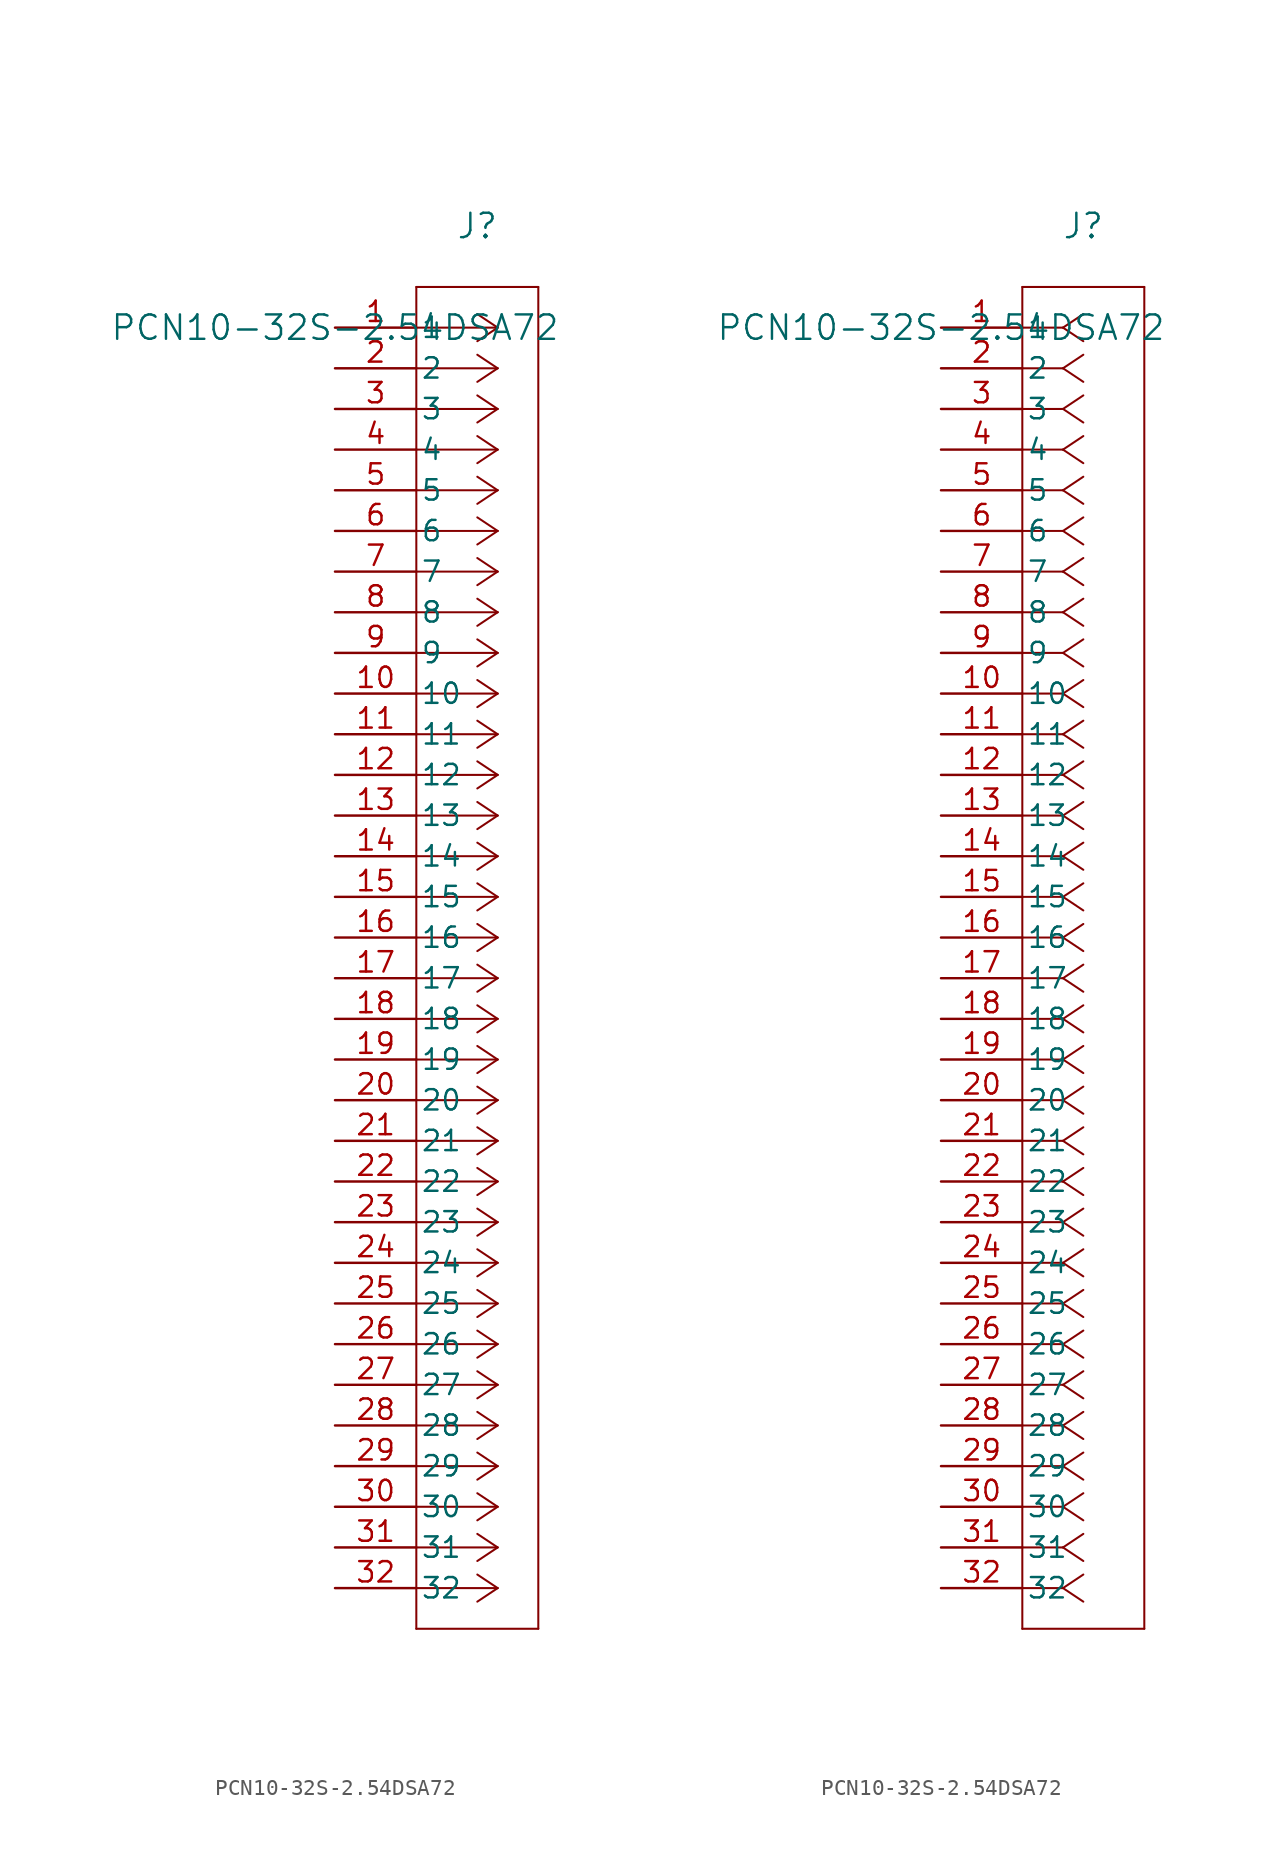
<source format=kicad_sym>
(kicad_symbol_lib
  (version 20211014)
  (generator kicad_symbol_editor)
  (symbol "PCN10-32S-2.54DSA72"
    (pin_names
      (offset 0.254))
    (property "Reference" "J"
      (at 8.89 6.35 0)
      (effects (font (size 1.524 1.524))))
    (property "Value" "PCN10-32S-2.54DSA72"
      (at 0 0 0)
      (effects (font (size 1.524 1.524))))
    (symbol "PCN10-32S-2.54DSA72_1_1"
      (polyline (pts (xy 10.16 0) (xy 5.08 0)) (stroke (width 0.127) (type default) (color 0 0 0 0)) (fill (type none)))
      (polyline (pts (xy 10.16 -2.54) (xy 5.08 -2.54)) (stroke (width 0.127) (type default) (color 0 0 0 0)) (fill (type none)))
      (polyline (pts (xy 10.16 -5.08) (xy 5.08 -5.08)) (stroke (width 0.127) (type default) (color 0 0 0 0)) (fill (type none)))
      (polyline (pts (xy 10.16 -7.62) (xy 5.08 -7.62)) (stroke (width 0.127) (type default) (color 0 0 0 0)) (fill (type none)))
      (polyline (pts (xy 10.16 -10.16) (xy 5.08 -10.16)) (stroke (width 0.127) (type default) (color 0 0 0 0)) (fill (type none)))
      (polyline (pts (xy 10.16 -12.7) (xy 5.08 -12.7)) (stroke (width 0.127) (type default) (color 0 0 0 0)) (fill (type none)))
      (polyline (pts (xy 10.16 -15.24) (xy 5.08 -15.24)) (stroke (width 0.127) (type default) (color 0 0 0 0)) (fill (type none)))
      (polyline (pts (xy 10.16 -17.78) (xy 5.08 -17.78)) (stroke (width 0.127) (type default) (color 0 0 0 0)) (fill (type none)))
      (polyline (pts (xy 10.16 -20.32) (xy 5.08 -20.32)) (stroke (width 0.127) (type default) (color 0 0 0 0)) (fill (type none)))
      (polyline (pts (xy 10.16 -22.86) (xy 5.08 -22.86)) (stroke (width 0.127) (type default) (color 0 0 0 0)) (fill (type none)))
      (polyline (pts (xy 10.16 -25.4) (xy 5.08 -25.4)) (stroke (width 0.127) (type default) (color 0 0 0 0)) (fill (type none)))
      (polyline (pts (xy 10.16 -27.94) (xy 5.08 -27.94)) (stroke (width 0.127) (type default) (color 0 0 0 0)) (fill (type none)))
      (polyline (pts (xy 10.16 -30.48) (xy 5.08 -30.48)) (stroke (width 0.127) (type default) (color 0 0 0 0)) (fill (type none)))
      (polyline (pts (xy 10.16 -33.02) (xy 5.08 -33.02)) (stroke (width 0.127) (type default) (color 0 0 0 0)) (fill (type none)))
      (polyline (pts (xy 10.16 -35.56) (xy 5.08 -35.56)) (stroke (width 0.127) (type default) (color 0 0 0 0)) (fill (type none)))
      (polyline (pts (xy 10.16 -38.1) (xy 5.08 -38.1)) (stroke (width 0.127) (type default) (color 0 0 0 0)) (fill (type none)))
      (polyline (pts (xy 10.16 -40.64) (xy 5.08 -40.64)) (stroke (width 0.127) (type default) (color 0 0 0 0)) (fill (type none)))
      (polyline (pts (xy 10.16 -43.18) (xy 5.08 -43.18)) (stroke (width 0.127) (type default) (color 0 0 0 0)) (fill (type none)))
      (polyline (pts (xy 10.16 -45.72) (xy 5.08 -45.72)) (stroke (width 0.127) (type default) (color 0 0 0 0)) (fill (type none)))
      (polyline (pts (xy 10.16 -48.26) (xy 5.08 -48.26)) (stroke (width 0.127) (type default) (color 0 0 0 0)) (fill (type none)))
      (polyline (pts (xy 10.16 -50.8) (xy 5.08 -50.8)) (stroke (width 0.127) (type default) (color 0 0 0 0)) (fill (type none)))
      (polyline (pts (xy 10.16 -53.34) (xy 5.08 -53.34)) (stroke (width 0.127) (type default) (color 0 0 0 0)) (fill (type none)))
      (polyline (pts (xy 10.16 -55.88) (xy 5.08 -55.88)) (stroke (width 0.127) (type default) (color 0 0 0 0)) (fill (type none)))
      (polyline (pts (xy 10.16 -58.42) (xy 5.08 -58.42)) (stroke (width 0.127) (type default) (color 0 0 0 0)) (fill (type none)))
      (polyline (pts (xy 10.16 -60.96) (xy 5.08 -60.96)) (stroke (width 0.127) (type default) (color 0 0 0 0)) (fill (type none)))
      (polyline (pts (xy 10.16 -63.5) (xy 5.08 -63.5)) (stroke (width 0.127) (type default) (color 0 0 0 0)) (fill (type none)))
      (polyline (pts (xy 10.16 -66.04) (xy 5.08 -66.04)) (stroke (width 0.127) (type default) (color 0 0 0 0)) (fill (type none)))
      (polyline (pts (xy 10.16 -68.58) (xy 5.08 -68.58)) (stroke (width 0.127) (type default) (color 0 0 0 0)) (fill (type none)))
      (polyline (pts (xy 10.16 -71.12) (xy 5.08 -71.12)) (stroke (width 0.127) (type default) (color 0 0 0 0)) (fill (type none)))
      (polyline (pts (xy 10.16 -73.66) (xy 5.08 -73.66)) (stroke (width 0.127) (type default) (color 0 0 0 0)) (fill (type none)))
      (polyline (pts (xy 10.16 -76.2) (xy 5.08 -76.2)) (stroke (width 0.127) (type default) (color 0 0 0 0)) (fill (type none)))
      (polyline (pts (xy 10.16 -78.74) (xy 5.08 -78.74)) (stroke (width 0.127) (type default) (color 0 0 0 0)) (fill (type none)))
      (polyline (pts (xy 10.16 0) (xy 8.89 0.847)) (stroke (width 0.127) (type default) (color 0 0 0 0)) (fill (type none)))
      (polyline (pts (xy 10.16 -2.54) (xy 8.89 -1.693)) (stroke (width 0.127) (type default) (color 0 0 0 0)) (fill (type none)))
      (polyline (pts (xy 10.16 -5.08) (xy 8.89 -4.233)) (stroke (width 0.127) (type default) (color 0 0 0 0)) (fill (type none)))
      (polyline (pts (xy 10.16 -7.62) (xy 8.89 -6.773)) (stroke (width 0.127) (type default) (color 0 0 0 0)) (fill (type none)))
      (polyline (pts (xy 10.16 -10.16) (xy 8.89 -9.313)) (stroke (width 0.127) (type default) (color 0 0 0 0)) (fill (type none)))
      (polyline (pts (xy 10.16 -12.7) (xy 8.89 -11.853)) (stroke (width 0.127) (type default) (color 0 0 0 0)) (fill (type none)))
      (polyline (pts (xy 10.16 -15.24) (xy 8.89 -14.393)) (stroke (width 0.127) (type default) (color 0 0 0 0)) (fill (type none)))
      (polyline (pts (xy 10.16 -17.78) (xy 8.89 -16.933)) (stroke (width 0.127) (type default) (color 0 0 0 0)) (fill (type none)))
      (polyline (pts (xy 10.16 -20.32) (xy 8.89 -19.473)) (stroke (width 0.127) (type default) (color 0 0 0 0)) (fill (type none)))
      (polyline (pts (xy 10.16 -22.86) (xy 8.89 -22.013)) (stroke (width 0.127) (type default) (color 0 0 0 0)) (fill (type none)))
      (polyline (pts (xy 10.16 -25.4) (xy 8.89 -24.553)) (stroke (width 0.127) (type default) (color 0 0 0 0)) (fill (type none)))
      (polyline (pts (xy 10.16 -27.94) (xy 8.89 -27.093)) (stroke (width 0.127) (type default) (color 0 0 0 0)) (fill (type none)))
      (polyline (pts (xy 10.16 -30.48) (xy 8.89 -29.633)) (stroke (width 0.127) (type default) (color 0 0 0 0)) (fill (type none)))
      (polyline (pts (xy 10.16 -33.02) (xy 8.89 -32.173)) (stroke (width 0.127) (type default) (color 0 0 0 0)) (fill (type none)))
      (polyline (pts (xy 10.16 -35.56) (xy 8.89 -34.713)) (stroke (width 0.127) (type default) (color 0 0 0 0)) (fill (type none)))
      (polyline (pts (xy 10.16 -38.1) (xy 8.89 -37.253)) (stroke (width 0.127) (type default) (color 0 0 0 0)) (fill (type none)))
      (polyline (pts (xy 10.16 -40.64) (xy 8.89 -39.793)) (stroke (width 0.127) (type default) (color 0 0 0 0)) (fill (type none)))
      (polyline (pts (xy 10.16 -43.18) (xy 8.89 -42.333)) (stroke (width 0.127) (type default) (color 0 0 0 0)) (fill (type none)))
      (polyline (pts (xy 10.16 -45.72) (xy 8.89 -44.873)) (stroke (width 0.127) (type default) (color 0 0 0 0)) (fill (type none)))
      (polyline (pts (xy 10.16 -48.26) (xy 8.89 -47.413)) (stroke (width 0.127) (type default) (color 0 0 0 0)) (fill (type none)))
      (polyline (pts (xy 10.16 -50.8) (xy 8.89 -49.953)) (stroke (width 0.127) (type default) (color 0 0 0 0)) (fill (type none)))
      (polyline (pts (xy 10.16 -53.34) (xy 8.89 -52.493)) (stroke (width 0.127) (type default) (color 0 0 0 0)) (fill (type none)))
      (polyline (pts (xy 10.16 -55.88) (xy 8.89 -55.033)) (stroke (width 0.127) (type default) (color 0 0 0 0)) (fill (type none)))
      (polyline (pts (xy 10.16 -58.42) (xy 8.89 -57.573)) (stroke (width 0.127) (type default) (color 0 0 0 0)) (fill (type none)))
      (polyline (pts (xy 10.16 -60.96) (xy 8.89 -60.113)) (stroke (width 0.127) (type default) (color 0 0 0 0)) (fill (type none)))
      (polyline (pts (xy 10.16 -63.5) (xy 8.89 -62.653)) (stroke (width 0.127) (type default) (color 0 0 0 0)) (fill (type none)))
      (polyline (pts (xy 10.16 -66.04) (xy 8.89 -65.193)) (stroke (width 0.127) (type default) (color 0 0 0 0)) (fill (type none)))
      (polyline (pts (xy 10.16 -68.58) (xy 8.89 -67.733)) (stroke (width 0.127) (type default) (color 0 0 0 0)) (fill (type none)))
      (polyline (pts (xy 10.16 -71.12) (xy 8.89 -70.273)) (stroke (width 0.127) (type default) (color 0 0 0 0)) (fill (type none)))
      (polyline (pts (xy 10.16 -73.66) (xy 8.89 -72.813)) (stroke (width 0.127) (type default) (color 0 0 0 0)) (fill (type none)))
      (polyline (pts (xy 10.16 -76.2) (xy 8.89 -75.353)) (stroke (width 0.127) (type default) (color 0 0 0 0)) (fill (type none)))
      (polyline (pts (xy 10.16 -78.74) (xy 8.89 -77.893)) (stroke (width 0.127) (type default) (color 0 0 0 0)) (fill (type none)))
      (polyline (pts (xy 10.16 0) (xy 8.89 -0.847)) (stroke (width 0.127) (type default) (color 0 0 0 0)) (fill (type none)))
      (polyline (pts (xy 10.16 -2.54) (xy 8.89 -3.387)) (stroke (width 0.127) (type default) (color 0 0 0 0)) (fill (type none)))
      (polyline (pts (xy 10.16 -5.08) (xy 8.89 -5.927)) (stroke (width 0.127) (type default) (color 0 0 0 0)) (fill (type none)))
      (polyline (pts (xy 10.16 -7.62) (xy 8.89 -8.467)) (stroke (width 0.127) (type default) (color 0 0 0 0)) (fill (type none)))
      (polyline (pts (xy 10.16 -10.16) (xy 8.89 -11.007)) (stroke (width 0.127) (type default) (color 0 0 0 0)) (fill (type none)))
      (polyline (pts (xy 10.16 -12.7) (xy 8.89 -13.547)) (stroke (width 0.127) (type default) (color 0 0 0 0)) (fill (type none)))
      (polyline (pts (xy 10.16 -15.24) (xy 8.89 -16.087)) (stroke (width 0.127) (type default) (color 0 0 0 0)) (fill (type none)))
      (polyline (pts (xy 10.16 -17.78) (xy 8.89 -18.627)) (stroke (width 0.127) (type default) (color 0 0 0 0)) (fill (type none)))
      (polyline (pts (xy 10.16 -20.32) (xy 8.89 -21.167)) (stroke (width 0.127) (type default) (color 0 0 0 0)) (fill (type none)))
      (polyline (pts (xy 10.16 -22.86) (xy 8.89 -23.707)) (stroke (width 0.127) (type default) (color 0 0 0 0)) (fill (type none)))
      (polyline (pts (xy 10.16 -25.4) (xy 8.89 -26.247)) (stroke (width 0.127) (type default) (color 0 0 0 0)) (fill (type none)))
      (polyline (pts (xy 10.16 -27.94) (xy 8.89 -28.787)) (stroke (width 0.127) (type default) (color 0 0 0 0)) (fill (type none)))
      (polyline (pts (xy 10.16 -30.48) (xy 8.89 -31.327)) (stroke (width 0.127) (type default) (color 0 0 0 0)) (fill (type none)))
      (polyline (pts (xy 10.16 -33.02) (xy 8.89 -33.867)) (stroke (width 0.127) (type default) (color 0 0 0 0)) (fill (type none)))
      (polyline (pts (xy 10.16 -35.56) (xy 8.89 -36.407)) (stroke (width 0.127) (type default) (color 0 0 0 0)) (fill (type none)))
      (polyline (pts (xy 10.16 -38.1) (xy 8.89 -38.947)) (stroke (width 0.127) (type default) (color 0 0 0 0)) (fill (type none)))
      (polyline (pts (xy 10.16 -40.64) (xy 8.89 -41.487)) (stroke (width 0.127) (type default) (color 0 0 0 0)) (fill (type none)))
      (polyline (pts (xy 10.16 -43.18) (xy 8.89 -44.027)) (stroke (width 0.127) (type default) (color 0 0 0 0)) (fill (type none)))
      (polyline (pts (xy 10.16 -45.72) (xy 8.89 -46.567)) (stroke (width 0.127) (type default) (color 0 0 0 0)) (fill (type none)))
      (polyline (pts (xy 10.16 -48.26) (xy 8.89 -49.107)) (stroke (width 0.127) (type default) (color 0 0 0 0)) (fill (type none)))
      (polyline (pts (xy 10.16 -50.8) (xy 8.89 -51.647)) (stroke (width 0.127) (type default) (color 0 0 0 0)) (fill (type none)))
      (polyline (pts (xy 10.16 -53.34) (xy 8.89 -54.187)) (stroke (width 0.127) (type default) (color 0 0 0 0)) (fill (type none)))
      (polyline (pts (xy 10.16 -55.88) (xy 8.89 -56.727)) (stroke (width 0.127) (type default) (color 0 0 0 0)) (fill (type none)))
      (polyline (pts (xy 10.16 -58.42) (xy 8.89 -59.267)) (stroke (width 0.127) (type default) (color 0 0 0 0)) (fill (type none)))
      (polyline (pts (xy 10.16 -60.96) (xy 8.89 -61.807)) (stroke (width 0.127) (type default) (color 0 0 0 0)) (fill (type none)))
      (polyline (pts (xy 10.16 -63.5) (xy 8.89 -64.347)) (stroke (width 0.127) (type default) (color 0 0 0 0)) (fill (type none)))
      (polyline (pts (xy 10.16 -66.04) (xy 8.89 -66.887)) (stroke (width 0.127) (type default) (color 0 0 0 0)) (fill (type none)))
      (polyline (pts (xy 10.16 -68.58) (xy 8.89 -69.427)) (stroke (width 0.127) (type default) (color 0 0 0 0)) (fill (type none)))
      (polyline (pts (xy 10.16 -71.12) (xy 8.89 -71.967)) (stroke (width 0.127) (type default) (color 0 0 0 0)) (fill (type none)))
      (polyline (pts (xy 10.16 -73.66) (xy 8.89 -74.507)) (stroke (width 0.127) (type default) (color 0 0 0 0)) (fill (type none)))
      (polyline (pts (xy 10.16 -76.2) (xy 8.89 -77.047)) (stroke (width 0.127) (type default) (color 0 0 0 0)) (fill (type none)))
      (polyline (pts (xy 10.16 -78.74) (xy 8.89 -79.587)) (stroke (width 0.127) (type default) (color 0 0 0 0)) (fill (type none)))
      (polyline (pts (xy 5.08 2.54) (xy 5.08 -81.28)) (stroke (width 0.127) (type default) (color 0 0 0 0)) (fill (type none)))
      (polyline (pts (xy 5.08 -81.28) (xy 12.7 -81.28)) (stroke (width 0.127) (type default) (color 0 0 0 0)) (fill (type none)))
      (polyline (pts (xy 12.7 -81.28) (xy 12.7 2.54)) (stroke (width 0.127) (type default) (color 0 0 0 0)) (fill (type none)))
      (polyline (pts (xy 12.7 2.54) (xy 5.08 2.54)) (stroke (width 0.127) (type default) (color 0 0 0 0)) (fill (type none)))
      (pin unspecified line (at 0 0 0) (length 5.08) (name "1" (effects (font (size 1.27 1.27)))) (number "1" (effects (font (size 1.27 1.27)))))
      (pin unspecified line (at 0 -2.54 0) (length 5.08) (name "2" (effects (font (size 1.27 1.27)))) (number "2" (effects (font (size 1.27 1.27)))))
      (pin unspecified line (at 0 -5.08 0) (length 5.08) (name "3" (effects (font (size 1.27 1.27)))) (number "3" (effects (font (size 1.27 1.27)))))
      (pin unspecified line (at 0 -7.62 0) (length 5.08) (name "4" (effects (font (size 1.27 1.27)))) (number "4" (effects (font (size 1.27 1.27)))))
      (pin unspecified line (at 0 -10.16 0) (length 5.08) (name "5" (effects (font (size 1.27 1.27)))) (number "5" (effects (font (size 1.27 1.27)))))
      (pin unspecified line (at 0 -12.7 0) (length 5.08) (name "6" (effects (font (size 1.27 1.27)))) (number "6" (effects (font (size 1.27 1.27)))))
      (pin unspecified line (at 0 -15.24 0) (length 5.08) (name "7" (effects (font (size 1.27 1.27)))) (number "7" (effects (font (size 1.27 1.27)))))
      (pin unspecified line (at 0 -17.78 0) (length 5.08) (name "8" (effects (font (size 1.27 1.27)))) (number "8" (effects (font (size 1.27 1.27)))))
      (pin unspecified line (at 0 -20.32 0) (length 5.08) (name "9" (effects (font (size 1.27 1.27)))) (number "9" (effects (font (size 1.27 1.27)))))
      (pin unspecified line (at 0 -22.86 0) (length 5.08) (name "10" (effects (font (size 1.27 1.27)))) (number "10" (effects (font (size 1.27 1.27)))))
      (pin unspecified line (at 0 -25.4 0) (length 5.08) (name "11" (effects (font (size 1.27 1.27)))) (number "11" (effects (font (size 1.27 1.27)))))
      (pin unspecified line (at 0 -27.94 0) (length 5.08) (name "12" (effects (font (size 1.27 1.27)))) (number "12" (effects (font (size 1.27 1.27)))))
      (pin unspecified line (at 0 -30.48 0) (length 5.08) (name "13" (effects (font (size 1.27 1.27)))) (number "13" (effects (font (size 1.27 1.27)))))
      (pin unspecified line (at 0 -33.02 0) (length 5.08) (name "14" (effects (font (size 1.27 1.27)))) (number "14" (effects (font (size 1.27 1.27)))))
      (pin unspecified line (at 0 -35.56 0) (length 5.08) (name "15" (effects (font (size 1.27 1.27)))) (number "15" (effects (font (size 1.27 1.27)))))
      (pin unspecified line (at 0 -38.1 0) (length 5.08) (name "16" (effects (font (size 1.27 1.27)))) (number "16" (effects (font (size 1.27 1.27)))))
      (pin unspecified line (at 0 -40.64 0) (length 5.08) (name "17" (effects (font (size 1.27 1.27)))) (number "17" (effects (font (size 1.27 1.27)))))
      (pin unspecified line (at 0 -43.18 0) (length 5.08) (name "18" (effects (font (size 1.27 1.27)))) (number "18" (effects (font (size 1.27 1.27)))))
      (pin unspecified line (at 0 -45.72 0) (length 5.08) (name "19" (effects (font (size 1.27 1.27)))) (number "19" (effects (font (size 1.27 1.27)))))
      (pin unspecified line (at 0 -48.26 0) (length 5.08) (name "20" (effects (font (size 1.27 1.27)))) (number "20" (effects (font (size 1.27 1.27)))))
      (pin unspecified line (at 0 -50.8 0) (length 5.08) (name "21" (effects (font (size 1.27 1.27)))) (number "21" (effects (font (size 1.27 1.27)))))
      (pin unspecified line (at 0 -53.34 0) (length 5.08) (name "22" (effects (font (size 1.27 1.27)))) (number "22" (effects (font (size 1.27 1.27)))))
      (pin unspecified line (at 0 -55.88 0) (length 5.08) (name "23" (effects (font (size 1.27 1.27)))) (number "23" (effects (font (size 1.27 1.27)))))
      (pin unspecified line (at 0 -58.42 0) (length 5.08) (name "24" (effects (font (size 1.27 1.27)))) (number "24" (effects (font (size 1.27 1.27)))))
      (pin unspecified line (at 0 -60.96 0) (length 5.08) (name "25" (effects (font (size 1.27 1.27)))) (number "25" (effects (font (size 1.27 1.27)))))
      (pin unspecified line (at 0 -63.5 0) (length 5.08) (name "26" (effects (font (size 1.27 1.27)))) (number "26" (effects (font (size 1.27 1.27)))))
      (pin unspecified line (at 0 -66.04 0) (length 5.08) (name "27" (effects (font (size 1.27 1.27)))) (number "27" (effects (font (size 1.27 1.27)))))
      (pin unspecified line (at 0 -68.58 0) (length 5.08) (name "28" (effects (font (size 1.27 1.27)))) (number "28" (effects (font (size 1.27 1.27)))))
      (pin unspecified line (at 0 -71.12 0) (length 5.08) (name "29" (effects (font (size 1.27 1.27)))) (number "29" (effects (font (size 1.27 1.27)))))
      (pin unspecified line (at 0 -73.66 0) (length 5.08) (name "30" (effects (font (size 1.27 1.27)))) (number "30" (effects (font (size 1.27 1.27)))))
      (pin unspecified line (at 0 -76.2 0) (length 5.08) (name "31" (effects (font (size 1.27 1.27)))) (number "31" (effects (font (size 1.27 1.27)))))
      (pin unspecified line (at 0 -78.74 0) (length 5.08) (name "32" (effects (font (size 1.27 1.27)))) (number "32" (effects (font (size 1.27 1.27))))))
    (symbol "PCN10-32S-2.54DSA72_1_2"
      (polyline (pts (xy 7.62 0) (xy 5.08 0)) (stroke (width 0.127) (type default) (color 0 0 0 0)) (fill (type none)))
      (polyline (pts (xy 7.62 -2.54) (xy 5.08 -2.54)) (stroke (width 0.127) (type default) (color 0 0 0 0)) (fill (type none)))
      (polyline (pts (xy 7.62 -5.08) (xy 5.08 -5.08)) (stroke (width 0.127) (type default) (color 0 0 0 0)) (fill (type none)))
      (polyline (pts (xy 7.62 -7.62) (xy 5.08 -7.62)) (stroke (width 0.127) (type default) (color 0 0 0 0)) (fill (type none)))
      (polyline (pts (xy 7.62 -10.16) (xy 5.08 -10.16)) (stroke (width 0.127) (type default) (color 0 0 0 0)) (fill (type none)))
      (polyline (pts (xy 7.62 -12.7) (xy 5.08 -12.7)) (stroke (width 0.127) (type default) (color 0 0 0 0)) (fill (type none)))
      (polyline (pts (xy 7.62 -15.24) (xy 5.08 -15.24)) (stroke (width 0.127) (type default) (color 0 0 0 0)) (fill (type none)))
      (polyline (pts (xy 7.62 -17.78) (xy 5.08 -17.78)) (stroke (width 0.127) (type default) (color 0 0 0 0)) (fill (type none)))
      (polyline (pts (xy 7.62 -20.32) (xy 5.08 -20.32)) (stroke (width 0.127) (type default) (color 0 0 0 0)) (fill (type none)))
      (polyline (pts (xy 7.62 -22.86) (xy 5.08 -22.86)) (stroke (width 0.127) (type default) (color 0 0 0 0)) (fill (type none)))
      (polyline (pts (xy 7.62 -25.4) (xy 5.08 -25.4)) (stroke (width 0.127) (type default) (color 0 0 0 0)) (fill (type none)))
      (polyline (pts (xy 7.62 -27.94) (xy 5.08 -27.94)) (stroke (width 0.127) (type default) (color 0 0 0 0)) (fill (type none)))
      (polyline (pts (xy 7.62 -30.48) (xy 5.08 -30.48)) (stroke (width 0.127) (type default) (color 0 0 0 0)) (fill (type none)))
      (polyline (pts (xy 7.62 -33.02) (xy 5.08 -33.02)) (stroke (width 0.127) (type default) (color 0 0 0 0)) (fill (type none)))
      (polyline (pts (xy 7.62 -35.56) (xy 5.08 -35.56)) (stroke (width 0.127) (type default) (color 0 0 0 0)) (fill (type none)))
      (polyline (pts (xy 7.62 -38.1) (xy 5.08 -38.1)) (stroke (width 0.127) (type default) (color 0 0 0 0)) (fill (type none)))
      (polyline (pts (xy 7.62 -40.64) (xy 5.08 -40.64)) (stroke (width 0.127) (type default) (color 0 0 0 0)) (fill (type none)))
      (polyline (pts (xy 7.62 -43.18) (xy 5.08 -43.18)) (stroke (width 0.127) (type default) (color 0 0 0 0)) (fill (type none)))
      (polyline (pts (xy 7.62 -45.72) (xy 5.08 -45.72)) (stroke (width 0.127) (type default) (color 0 0 0 0)) (fill (type none)))
      (polyline (pts (xy 7.62 -48.26) (xy 5.08 -48.26)) (stroke (width 0.127) (type default) (color 0 0 0 0)) (fill (type none)))
      (polyline (pts (xy 7.62 -50.8) (xy 5.08 -50.8)) (stroke (width 0.127) (type default) (color 0 0 0 0)) (fill (type none)))
      (polyline (pts (xy 7.62 -53.34) (xy 5.08 -53.34)) (stroke (width 0.127) (type default) (color 0 0 0 0)) (fill (type none)))
      (polyline (pts (xy 7.62 -55.88) (xy 5.08 -55.88)) (stroke (width 0.127) (type default) (color 0 0 0 0)) (fill (type none)))
      (polyline (pts (xy 7.62 -58.42) (xy 5.08 -58.42)) (stroke (width 0.127) (type default) (color 0 0 0 0)) (fill (type none)))
      (polyline (pts (xy 7.62 -60.96) (xy 5.08 -60.96)) (stroke (width 0.127) (type default) (color 0 0 0 0)) (fill (type none)))
      (polyline (pts (xy 7.62 -63.5) (xy 5.08 -63.5)) (stroke (width 0.127) (type default) (color 0 0 0 0)) (fill (type none)))
      (polyline (pts (xy 7.62 -66.04) (xy 5.08 -66.04)) (stroke (width 0.127) (type default) (color 0 0 0 0)) (fill (type none)))
      (polyline (pts (xy 7.62 -68.58) (xy 5.08 -68.58)) (stroke (width 0.127) (type default) (color 0 0 0 0)) (fill (type none)))
      (polyline (pts (xy 7.62 -71.12) (xy 5.08 -71.12)) (stroke (width 0.127) (type default) (color 0 0 0 0)) (fill (type none)))
      (polyline (pts (xy 7.62 -73.66) (xy 5.08 -73.66)) (stroke (width 0.127) (type default) (color 0 0 0 0)) (fill (type none)))
      (polyline (pts (xy 7.62 -76.2) (xy 5.08 -76.2)) (stroke (width 0.127) (type default) (color 0 0 0 0)) (fill (type none)))
      (polyline (pts (xy 7.62 -78.74) (xy 5.08 -78.74)) (stroke (width 0.127) (type default) (color 0 0 0 0)) (fill (type none)))
      (polyline (pts (xy 7.62 0) (xy 8.89 0.847)) (stroke (width 0.127) (type default) (color 0 0 0 0)) (fill (type none)))
      (polyline (pts (xy 7.62 -2.54) (xy 8.89 -1.693)) (stroke (width 0.127) (type default) (color 0 0 0 0)) (fill (type none)))
      (polyline (pts (xy 7.62 -5.08) (xy 8.89 -4.233)) (stroke (width 0.127) (type default) (color 0 0 0 0)) (fill (type none)))
      (polyline (pts (xy 7.62 -7.62) (xy 8.89 -6.773)) (stroke (width 0.127) (type default) (color 0 0 0 0)) (fill (type none)))
      (polyline (pts (xy 7.62 -10.16) (xy 8.89 -9.313)) (stroke (width 0.127) (type default) (color 0 0 0 0)) (fill (type none)))
      (polyline (pts (xy 7.62 -12.7) (xy 8.89 -11.853)) (stroke (width 0.127) (type default) (color 0 0 0 0)) (fill (type none)))
      (polyline (pts (xy 7.62 -15.24) (xy 8.89 -14.393)) (stroke (width 0.127) (type default) (color 0 0 0 0)) (fill (type none)))
      (polyline (pts (xy 7.62 -17.78) (xy 8.89 -16.933)) (stroke (width 0.127) (type default) (color 0 0 0 0)) (fill (type none)))
      (polyline (pts (xy 7.62 -20.32) (xy 8.89 -19.473)) (stroke (width 0.127) (type default) (color 0 0 0 0)) (fill (type none)))
      (polyline (pts (xy 7.62 -22.86) (xy 8.89 -22.013)) (stroke (width 0.127) (type default) (color 0 0 0 0)) (fill (type none)))
      (polyline (pts (xy 7.62 -25.4) (xy 8.89 -24.553)) (stroke (width 0.127) (type default) (color 0 0 0 0)) (fill (type none)))
      (polyline (pts (xy 7.62 -27.94) (xy 8.89 -27.093)) (stroke (width 0.127) (type default) (color 0 0 0 0)) (fill (type none)))
      (polyline (pts (xy 7.62 -30.48) (xy 8.89 -29.633)) (stroke (width 0.127) (type default) (color 0 0 0 0)) (fill (type none)))
      (polyline (pts (xy 7.62 -33.02) (xy 8.89 -32.173)) (stroke (width 0.127) (type default) (color 0 0 0 0)) (fill (type none)))
      (polyline (pts (xy 7.62 -35.56) (xy 8.89 -34.713)) (stroke (width 0.127) (type default) (color 0 0 0 0)) (fill (type none)))
      (polyline (pts (xy 7.62 -38.1) (xy 8.89 -37.253)) (stroke (width 0.127) (type default) (color 0 0 0 0)) (fill (type none)))
      (polyline (pts (xy 7.62 -40.64) (xy 8.89 -39.793)) (stroke (width 0.127) (type default) (color 0 0 0 0)) (fill (type none)))
      (polyline (pts (xy 7.62 -43.18) (xy 8.89 -42.333)) (stroke (width 0.127) (type default) (color 0 0 0 0)) (fill (type none)))
      (polyline (pts (xy 7.62 -45.72) (xy 8.89 -44.873)) (stroke (width 0.127) (type default) (color 0 0 0 0)) (fill (type none)))
      (polyline (pts (xy 7.62 -48.26) (xy 8.89 -47.413)) (stroke (width 0.127) (type default) (color 0 0 0 0)) (fill (type none)))
      (polyline (pts (xy 7.62 -50.8) (xy 8.89 -49.953)) (stroke (width 0.127) (type default) (color 0 0 0 0)) (fill (type none)))
      (polyline (pts (xy 7.62 -53.34) (xy 8.89 -52.493)) (stroke (width 0.127) (type default) (color 0 0 0 0)) (fill (type none)))
      (polyline (pts (xy 7.62 -55.88) (xy 8.89 -55.033)) (stroke (width 0.127) (type default) (color 0 0 0 0)) (fill (type none)))
      (polyline (pts (xy 7.62 -58.42) (xy 8.89 -57.573)) (stroke (width 0.127) (type default) (color 0 0 0 0)) (fill (type none)))
      (polyline (pts (xy 7.62 -60.96) (xy 8.89 -60.113)) (stroke (width 0.127) (type default) (color 0 0 0 0)) (fill (type none)))
      (polyline (pts (xy 7.62 -63.5) (xy 8.89 -62.653)) (stroke (width 0.127) (type default) (color 0 0 0 0)) (fill (type none)))
      (polyline (pts (xy 7.62 -66.04) (xy 8.89 -65.193)) (stroke (width 0.127) (type default) (color 0 0 0 0)) (fill (type none)))
      (polyline (pts (xy 7.62 -68.58) (xy 8.89 -67.733)) (stroke (width 0.127) (type default) (color 0 0 0 0)) (fill (type none)))
      (polyline (pts (xy 7.62 -71.12) (xy 8.89 -70.273)) (stroke (width 0.127) (type default) (color 0 0 0 0)) (fill (type none)))
      (polyline (pts (xy 7.62 -73.66) (xy 8.89 -72.813)) (stroke (width 0.127) (type default) (color 0 0 0 0)) (fill (type none)))
      (polyline (pts (xy 7.62 -76.2) (xy 8.89 -75.353)) (stroke (width 0.127) (type default) (color 0 0 0 0)) (fill (type none)))
      (polyline (pts (xy 7.62 -78.74) (xy 8.89 -77.893)) (stroke (width 0.127) (type default) (color 0 0 0 0)) (fill (type none)))
      (polyline (pts (xy 7.62 0) (xy 8.89 -0.847)) (stroke (width 0.127) (type default) (color 0 0 0 0)) (fill (type none)))
      (polyline (pts (xy 7.62 -2.54) (xy 8.89 -3.387)) (stroke (width 0.127) (type default) (color 0 0 0 0)) (fill (type none)))
      (polyline (pts (xy 7.62 -5.08) (xy 8.89 -5.927)) (stroke (width 0.127) (type default) (color 0 0 0 0)) (fill (type none)))
      (polyline (pts (xy 7.62 -7.62) (xy 8.89 -8.467)) (stroke (width 0.127) (type default) (color 0 0 0 0)) (fill (type none)))
      (polyline (pts (xy 7.62 -10.16) (xy 8.89 -11.007)) (stroke (width 0.127) (type default) (color 0 0 0 0)) (fill (type none)))
      (polyline (pts (xy 7.62 -12.7) (xy 8.89 -13.547)) (stroke (width 0.127) (type default) (color 0 0 0 0)) (fill (type none)))
      (polyline (pts (xy 7.62 -15.24) (xy 8.89 -16.087)) (stroke (width 0.127) (type default) (color 0 0 0 0)) (fill (type none)))
      (polyline (pts (xy 7.62 -17.78) (xy 8.89 -18.627)) (stroke (width 0.127) (type default) (color 0 0 0 0)) (fill (type none)))
      (polyline (pts (xy 7.62 -20.32) (xy 8.89 -21.167)) (stroke (width 0.127) (type default) (color 0 0 0 0)) (fill (type none)))
      (polyline (pts (xy 7.62 -22.86) (xy 8.89 -23.707)) (stroke (width 0.127) (type default) (color 0 0 0 0)) (fill (type none)))
      (polyline (pts (xy 7.62 -25.4) (xy 8.89 -26.247)) (stroke (width 0.127) (type default) (color 0 0 0 0)) (fill (type none)))
      (polyline (pts (xy 7.62 -27.94) (xy 8.89 -28.787)) (stroke (width 0.127) (type default) (color 0 0 0 0)) (fill (type none)))
      (polyline (pts (xy 7.62 -30.48) (xy 8.89 -31.327)) (stroke (width 0.127) (type default) (color 0 0 0 0)) (fill (type none)))
      (polyline (pts (xy 7.62 -33.02) (xy 8.89 -33.867)) (stroke (width 0.127) (type default) (color 0 0 0 0)) (fill (type none)))
      (polyline (pts (xy 7.62 -35.56) (xy 8.89 -36.407)) (stroke (width 0.127) (type default) (color 0 0 0 0)) (fill (type none)))
      (polyline (pts (xy 7.62 -38.1) (xy 8.89 -38.947)) (stroke (width 0.127) (type default) (color 0 0 0 0)) (fill (type none)))
      (polyline (pts (xy 7.62 -40.64) (xy 8.89 -41.487)) (stroke (width 0.127) (type default) (color 0 0 0 0)) (fill (type none)))
      (polyline (pts (xy 7.62 -43.18) (xy 8.89 -44.027)) (stroke (width 0.127) (type default) (color 0 0 0 0)) (fill (type none)))
      (polyline (pts (xy 7.62 -45.72) (xy 8.89 -46.567)) (stroke (width 0.127) (type default) (color 0 0 0 0)) (fill (type none)))
      (polyline (pts (xy 7.62 -48.26) (xy 8.89 -49.107)) (stroke (width 0.127) (type default) (color 0 0 0 0)) (fill (type none)))
      (polyline (pts (xy 7.62 -50.8) (xy 8.89 -51.647)) (stroke (width 0.127) (type default) (color 0 0 0 0)) (fill (type none)))
      (polyline (pts (xy 7.62 -53.34) (xy 8.89 -54.187)) (stroke (width 0.127) (type default) (color 0 0 0 0)) (fill (type none)))
      (polyline (pts (xy 7.62 -55.88) (xy 8.89 -56.727)) (stroke (width 0.127) (type default) (color 0 0 0 0)) (fill (type none)))
      (polyline (pts (xy 7.62 -58.42) (xy 8.89 -59.267)) (stroke (width 0.127) (type default) (color 0 0 0 0)) (fill (type none)))
      (polyline (pts (xy 7.62 -60.96) (xy 8.89 -61.807)) (stroke (width 0.127) (type default) (color 0 0 0 0)) (fill (type none)))
      (polyline (pts (xy 7.62 -63.5) (xy 8.89 -64.347)) (stroke (width 0.127) (type default) (color 0 0 0 0)) (fill (type none)))
      (polyline (pts (xy 7.62 -66.04) (xy 8.89 -66.887)) (stroke (width 0.127) (type default) (color 0 0 0 0)) (fill (type none)))
      (polyline (pts (xy 7.62 -68.58) (xy 8.89 -69.427)) (stroke (width 0.127) (type default) (color 0 0 0 0)) (fill (type none)))
      (polyline (pts (xy 7.62 -71.12) (xy 8.89 -71.967)) (stroke (width 0.127) (type default) (color 0 0 0 0)) (fill (type none)))
      (polyline (pts (xy 7.62 -73.66) (xy 8.89 -74.507)) (stroke (width 0.127) (type default) (color 0 0 0 0)) (fill (type none)))
      (polyline (pts (xy 7.62 -76.2) (xy 8.89 -77.047)) (stroke (width 0.127) (type default) (color 0 0 0 0)) (fill (type none)))
      (polyline (pts (xy 7.62 -78.74) (xy 8.89 -79.587)) (stroke (width 0.127) (type default) (color 0 0 0 0)) (fill (type none)))
      (polyline (pts (xy 5.08 2.54) (xy 5.08 -81.28)) (stroke (width 0.127) (type default) (color 0 0 0 0)) (fill (type none)))
      (polyline (pts (xy 5.08 -81.28) (xy 12.7 -81.28)) (stroke (width 0.127) (type default) (color 0 0 0 0)) (fill (type none)))
      (polyline (pts (xy 12.7 -81.28) (xy 12.7 2.54)) (stroke (width 0.127) (type default) (color 0 0 0 0)) (fill (type none)))
      (polyline (pts (xy 12.7 2.54) (xy 5.08 2.54)) (stroke (width 0.127) (type default) (color 0 0 0 0)) (fill (type none)))
      (pin unspecified line (at 0 0 0) (length 5.08) (name "1" (effects (font (size 1.27 1.27)))) (number "1" (effects (font (size 1.27 1.27)))))
      (pin unspecified line (at 0 -2.54 0) (length 5.08) (name "2" (effects (font (size 1.27 1.27)))) (number "2" (effects (font (size 1.27 1.27)))))
      (pin unspecified line (at 0 -5.08 0) (length 5.08) (name "3" (effects (font (size 1.27 1.27)))) (number "3" (effects (font (size 1.27 1.27)))))
      (pin unspecified line (at 0 -7.62 0) (length 5.08) (name "4" (effects (font (size 1.27 1.27)))) (number "4" (effects (font (size 1.27 1.27)))))
      (pin unspecified line (at 0 -10.16 0) (length 5.08) (name "5" (effects (font (size 1.27 1.27)))) (number "5" (effects (font (size 1.27 1.27)))))
      (pin unspecified line (at 0 -12.7 0) (length 5.08) (name "6" (effects (font (size 1.27 1.27)))) (number "6" (effects (font (size 1.27 1.27)))))
      (pin unspecified line (at 0 -15.24 0) (length 5.08) (name "7" (effects (font (size 1.27 1.27)))) (number "7" (effects (font (size 1.27 1.27)))))
      (pin unspecified line (at 0 -17.78 0) (length 5.08) (name "8" (effects (font (size 1.27 1.27)))) (number "8" (effects (font (size 1.27 1.27)))))
      (pin unspecified line (at 0 -20.32 0) (length 5.08) (name "9" (effects (font (size 1.27 1.27)))) (number "9" (effects (font (size 1.27 1.27)))))
      (pin unspecified line (at 0 -22.86 0) (length 5.08) (name "10" (effects (font (size 1.27 1.27)))) (number "10" (effects (font (size 1.27 1.27)))))
      (pin unspecified line (at 0 -25.4 0) (length 5.08) (name "11" (effects (font (size 1.27 1.27)))) (number "11" (effects (font (size 1.27 1.27)))))
      (pin unspecified line (at 0 -27.94 0) (length 5.08) (name "12" (effects (font (size 1.27 1.27)))) (number "12" (effects (font (size 1.27 1.27)))))
      (pin unspecified line (at 0 -30.48 0) (length 5.08) (name "13" (effects (font (size 1.27 1.27)))) (number "13" (effects (font (size 1.27 1.27)))))
      (pin unspecified line (at 0 -33.02 0) (length 5.08) (name "14" (effects (font (size 1.27 1.27)))) (number "14" (effects (font (size 1.27 1.27)))))
      (pin unspecified line (at 0 -35.56 0) (length 5.08) (name "15" (effects (font (size 1.27 1.27)))) (number "15" (effects (font (size 1.27 1.27)))))
      (pin unspecified line (at 0 -38.1 0) (length 5.08) (name "16" (effects (font (size 1.27 1.27)))) (number "16" (effects (font (size 1.27 1.27)))))
      (pin unspecified line (at 0 -40.64 0) (length 5.08) (name "17" (effects (font (size 1.27 1.27)))) (number "17" (effects (font (size 1.27 1.27)))))
      (pin unspecified line (at 0 -43.18 0) (length 5.08) (name "18" (effects (font (size 1.27 1.27)))) (number "18" (effects (font (size 1.27 1.27)))))
      (pin unspecified line (at 0 -45.72 0) (length 5.08) (name "19" (effects (font (size 1.27 1.27)))) (number "19" (effects (font (size 1.27 1.27)))))
      (pin unspecified line (at 0 -48.26 0) (length 5.08) (name "20" (effects (font (size 1.27 1.27)))) (number "20" (effects (font (size 1.27 1.27)))))
      (pin unspecified line (at 0 -50.8 0) (length 5.08) (name "21" (effects (font (size 1.27 1.27)))) (number "21" (effects (font (size 1.27 1.27)))))
      (pin unspecified line (at 0 -53.34 0) (length 5.08) (name "22" (effects (font (size 1.27 1.27)))) (number "22" (effects (font (size 1.27 1.27)))))
      (pin unspecified line (at 0 -55.88 0) (length 5.08) (name "23" (effects (font (size 1.27 1.27)))) (number "23" (effects (font (size 1.27 1.27)))))
      (pin unspecified line (at 0 -58.42 0) (length 5.08) (name "24" (effects (font (size 1.27 1.27)))) (number "24" (effects (font (size 1.27 1.27)))))
      (pin unspecified line (at 0 -60.96 0) (length 5.08) (name "25" (effects (font (size 1.27 1.27)))) (number "25" (effects (font (size 1.27 1.27)))))
      (pin unspecified line (at 0 -63.5 0) (length 5.08) (name "26" (effects (font (size 1.27 1.27)))) (number "26" (effects (font (size 1.27 1.27)))))
      (pin unspecified line (at 0 -66.04 0) (length 5.08) (name "27" (effects (font (size 1.27 1.27)))) (number "27" (effects (font (size 1.27 1.27)))))
      (pin unspecified line (at 0 -68.58 0) (length 5.08) (name "28" (effects (font (size 1.27 1.27)))) (number "28" (effects (font (size 1.27 1.27)))))
      (pin unspecified line (at 0 -71.12 0) (length 5.08) (name "29" (effects (font (size 1.27 1.27)))) (number "29" (effects (font (size 1.27 1.27)))))
      (pin unspecified line (at 0 -73.66 0) (length 5.08) (name "30" (effects (font (size 1.27 1.27)))) (number "30" (effects (font (size 1.27 1.27)))))
      (pin unspecified line (at 0 -76.2 0) (length 5.08) (name "31" (effects (font (size 1.27 1.27)))) (number "31" (effects (font (size 1.27 1.27)))))
      (pin unspecified line (at 0 -78.74 0) (length 5.08) (name "32" (effects (font (size 1.27 1.27)))) (number "32" (effects (font (size 1.27 1.27))))))))
</source>
